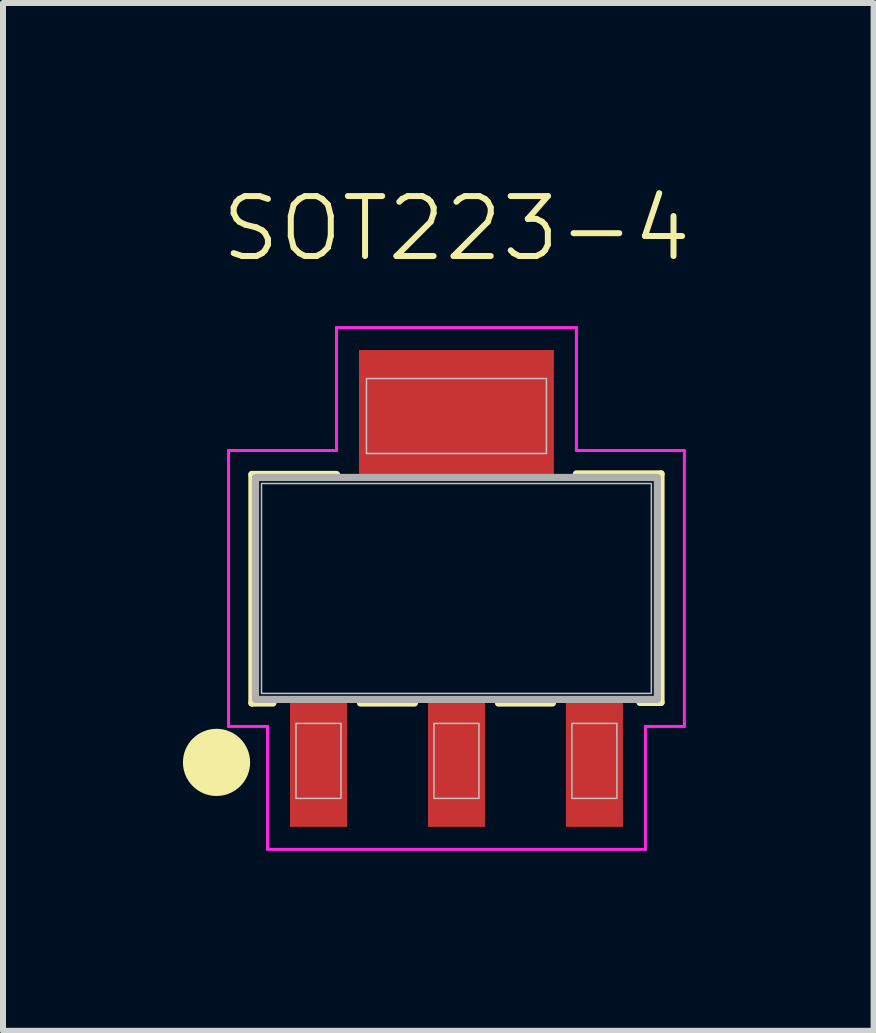
<source format=kicad_pcb>
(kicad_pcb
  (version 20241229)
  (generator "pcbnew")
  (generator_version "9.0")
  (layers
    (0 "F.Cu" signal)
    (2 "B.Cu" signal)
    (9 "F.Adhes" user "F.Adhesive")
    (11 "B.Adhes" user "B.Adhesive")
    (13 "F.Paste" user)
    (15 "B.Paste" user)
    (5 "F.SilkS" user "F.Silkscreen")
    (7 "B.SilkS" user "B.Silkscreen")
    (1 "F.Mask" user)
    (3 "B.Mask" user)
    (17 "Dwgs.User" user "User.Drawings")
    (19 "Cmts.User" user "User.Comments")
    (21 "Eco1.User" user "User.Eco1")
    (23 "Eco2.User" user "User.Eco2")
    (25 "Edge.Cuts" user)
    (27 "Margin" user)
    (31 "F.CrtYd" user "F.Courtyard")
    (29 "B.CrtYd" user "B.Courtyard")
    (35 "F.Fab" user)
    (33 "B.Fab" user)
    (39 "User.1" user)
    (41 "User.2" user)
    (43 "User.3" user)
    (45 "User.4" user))
  (footprint "SOT223-4"
    (layer "F.Cu")
    (at 4.56 6.761)
    (property "Reference" "SOT223-4" (at 0 -6 0) (unlocked yes) (layer "F.SilkS") (effects (font (size 1 1) (thickness 0.1))))
    (attr smd)
    (fp_line (start -3.41 -1.9) (end -3.41 1.91) (stroke (width 0.12) (type default)) (layer "F.SilkS"))
    (fp_line (start -3.41 -1.9) (end -2 -1.9) (stroke (width 0.12) (type default)) (layer "F.SilkS"))
    (fp_line (start -3.41 1.91) (end -3.06 1.91) (stroke (width 0.12) (type default)) (layer "F.SilkS"))
    (fp_line (start -1.6 1.91) (end -0.7 1.91) (stroke (width 0.12) (type default)) (layer "F.SilkS"))
    (fp_line (start 0.7 1.91) (end 1.6 1.91) (stroke (width 0.12) (type default)) (layer "F.SilkS"))
    (fp_line (start 2 -1.91) (end 3.41 -1.91) (stroke (width 0.12) (type default)) (layer "F.SilkS"))
    (fp_line (start 3.41 -1.91) (end 3.41 1.9) (stroke (width 0.12) (type default)) (layer "F.SilkS"))
    (fp_line (start 3.41 1.9) (end 3.06 1.9) (stroke (width 0.12) (type default)) (layer "F.SilkS"))
    (fp_circle (center -4 2.9) (end -3.5 2.9) (stroke (width 0.12) (type solid)) (fill yes) (layer "F.SilkS"))
    (fp_rect (start -3.25 -1.75) (end 3.25 1.75) (stroke (width 0.025) (type default)) (fill no) (layer "Dwgs.User"))
    (fp_rect (start -2.675 2.25) (end -1.925 3.5) (stroke (width 0.025) (type default)) (fill no) (layer "Dwgs.User"))
    (fp_rect (start -1.5 -3.5) (end 1.5 -2.25) (stroke (width 0.025) (type default)) (fill no) (layer "Dwgs.User"))
    (fp_rect (start -0.375 2.25) (end 0.375 3.5) (stroke (width 0.025) (type default)) (fill no) (layer "Dwgs.User"))
    (fp_rect (start 1.925 2.25) (end 2.675 3.5) (stroke (width 0.025) (type default)) (fill no) (layer "Dwgs.User"))
    (fp_line (start -3.8 -2.3) (end -2 -2.3) (stroke (width 0.05) (type default)) (layer "F.CrtYd"))
    (fp_line (start -3.8 2.3) (end -3.8 -2.3) (stroke (width 0.05) (type default)) (layer "F.CrtYd"))
    (fp_line (start -3.15 2.3) (end -3.8 2.3) (stroke (width 0.05) (type default)) (layer "F.CrtYd"))
    (fp_line (start -3.15 4.35) (end -3.15 2.3) (stroke (width 0.05) (type default)) (layer "F.CrtYd"))
    (fp_line (start -2 -4.35) (end 2 -4.35) (stroke (width 0.05) (type default)) (layer "F.CrtYd"))
    (fp_line (start -2 -2.3) (end -2 -4.35) (stroke (width 0.05) (type default)) (layer "F.CrtYd"))
    (fp_line (start 2 -4.35) (end 2 -2.3) (stroke (width 0.05) (type default)) (layer "F.CrtYd"))
    (fp_line (start 2 -2.3) (end 3.8 -2.3) (stroke (width 0.05) (type default)) (layer "F.CrtYd"))
    (fp_line (start 3.15 2.3) (end 3.15 4.35) (stroke (width 0.05) (type default)) (layer "F.CrtYd"))
    (fp_line (start 3.15 4.35) (end -3.15 4.35) (stroke (width 0.05) (type default)) (layer "F.CrtYd"))
    (fp_line (start 3.8 -2.3) (end 3.8 2.3) (stroke (width 0.05) (type default)) (layer "F.CrtYd"))
    (fp_line (start 3.8 2.3) (end 3.15 2.3) (stroke (width 0.05) (type default)) (layer "F.CrtYd"))
    (fp_rect (start -3.35 -1.85) (end 3.35 1.85) (stroke (width 0.12) (type default)) (fill no) (layer "F.Fab"))
    (pad "1" smd rect (at -2.3 2.9) (size 0.95 2.15) (layers "F.Cu" "F.Mask" "F.Paste"))
    (pad "2" smd rect (at 0 2.9) (size 0.95 2.15) (layers "F.Cu" "F.Mask" "F.Paste"))
    (pad "3" smd rect (at 2.3 2.9) (size 0.95 2.15) (layers "F.Cu" "F.Mask" "F.Paste"))
    (pad "4" smd rect (at 0 -2.9) (size 3.25 2.15) (layers "F.Cu" "F.Mask" "F.Paste")))
  (gr_rect
    (start -3 -3)
    (end 11.515 14.136)
    (stroke (width 0.1) (type default))
    (fill no)
    (layer "Edge.Cuts")))
</source>
